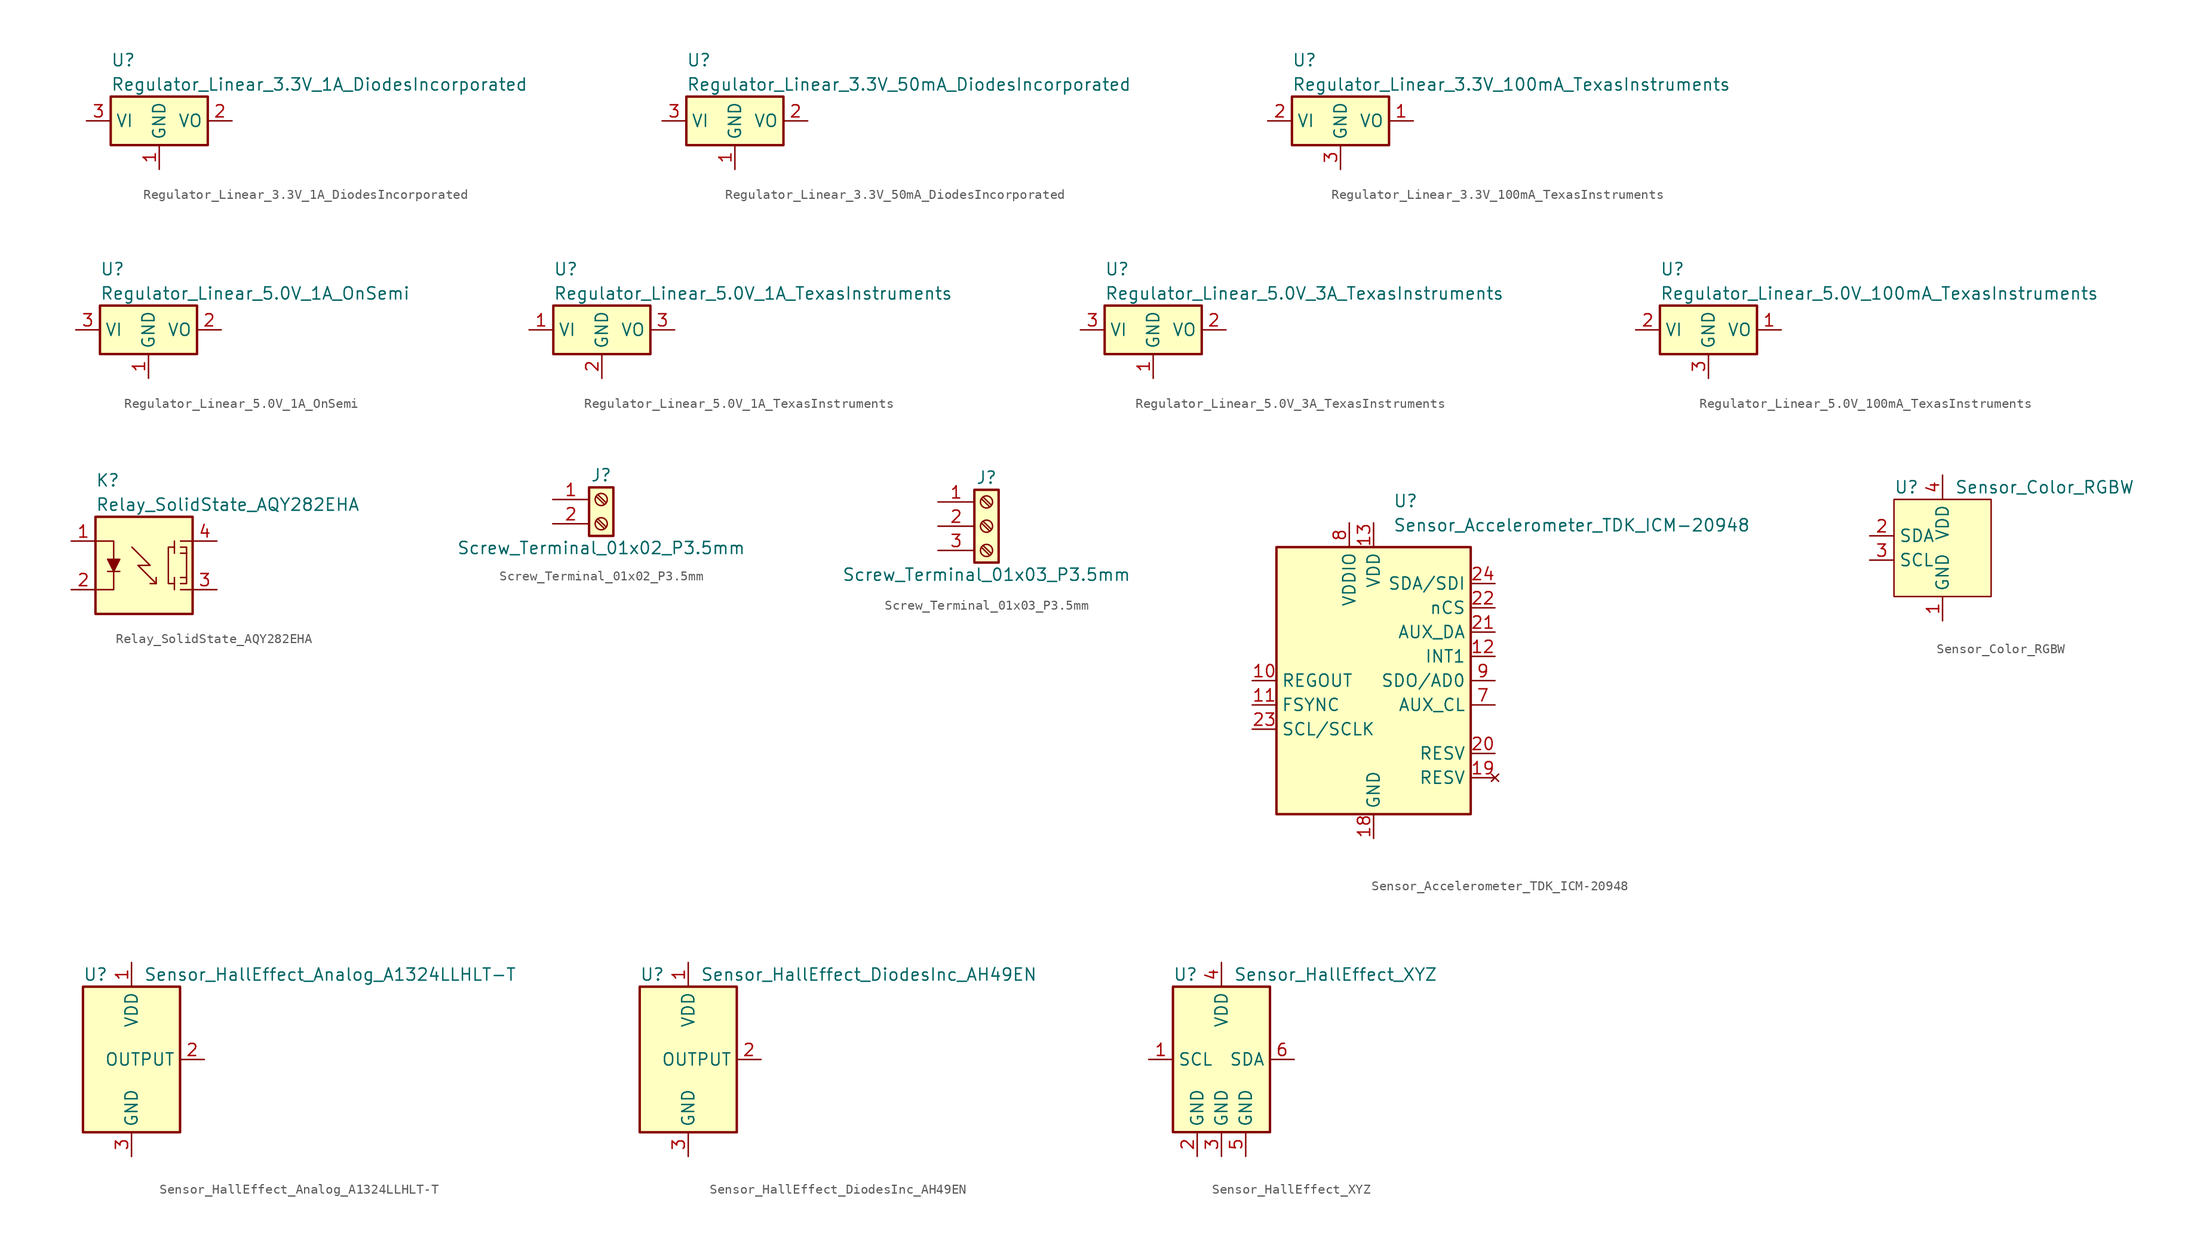
<source format=kicad_sym>
(kicad_symbol_lib
  (version 20231120)
  (generator "kicad_symbol_editor")
  (generator_version "8.0")
  (symbol "Regulator_Linear_3.3V_1A_DiodesIncorporated"
    (property "Reference" "U"
      (at -5.08 6.35 0)
      (effects (font (size 1.27 1.27)) (justify left)))
    (property "Value" "Regulator_Linear_3.3V_1A_DiodesIncorporated"
      (at -5.08 3.81 0)
      (effects (font (size 1.27 1.27)) (justify left)))
    (symbol "Regulator_Linear_3.3V_1A_DiodesIncorporated_0_1"
      (rectangle (start -5.08 2.54) (end 5.08 -2.54) (stroke (width 0.254) (type default)) (fill (type background))))
    (symbol "Regulator_Linear_3.3V_1A_DiodesIncorporated_1_1"
      (pin power_in line (at 0 -5.08 90) (length 2.54) (name "GND" (effects (font (size 1.27 1.27)))) (number "1" (effects (font (size 1.27 1.27)))))
      (pin power_out line (at 7.62 0 180) (length 2.54) (name "VO" (effects (font (size 1.27 1.27)))) (number "2" (effects (font (size 1.27 1.27)))))
      (pin power_in line (at -7.62 0 0) (length 2.54) (name "VI" (effects (font (size 1.27 1.27)))) (number "3" (effects (font (size 1.27 1.27)))))))
  (symbol "Regulator_Linear_3.3V_50mA_DiodesIncorporated"
    (property "Reference" "U"
      (at -5.08 6.35 0)
      (effects (font (size 1.27 1.27)) (justify left)))
    (property "Value" "Regulator_Linear_3.3V_50mA_DiodesIncorporated"
      (at -5.08 3.81 0)
      (effects (font (size 1.27 1.27)) (justify left)))
    (symbol "Regulator_Linear_3.3V_50mA_DiodesIncorporated_0_1"
      (rectangle (start -5.08 2.54) (end 5.08 -2.54) (stroke (width 0.254) (type default)) (fill (type background))))
    (symbol "Regulator_Linear_3.3V_50mA_DiodesIncorporated_1_1"
      (pin power_in line (at 0 -5.08 90) (length 2.54) (name "GND" (effects (font (size 1.27 1.27)))) (number "1" (effects (font (size 1.27 1.27)))))
      (pin power_out line (at 7.62 0 180) (length 2.54) (name "VO" (effects (font (size 1.27 1.27)))) (number "2" (effects (font (size 1.27 1.27)))))
      (pin power_in line (at -7.62 0 0) (length 2.54) (name "VI" (effects (font (size 1.27 1.27)))) (number "3" (effects (font (size 1.27 1.27)))))))
  (symbol "Regulator_Linear_3.3V_100mA_TexasInstruments"
    (property "Reference" "U"
      (at -5.08 6.35 0)
      (effects (font (size 1.27 1.27)) (justify left)))
    (property "Value" "Regulator_Linear_3.3V_100mA_TexasInstruments"
      (at -5.08 3.81 0)
      (effects (font (size 1.27 1.27)) (justify left)))
    (symbol "Regulator_Linear_3.3V_100mA_TexasInstruments_0_1"
      (rectangle (start -5.08 2.54) (end 5.08 -2.54) (stroke (width 0.254) (type default)) (fill (type background))))
    (symbol "Regulator_Linear_3.3V_100mA_TexasInstruments_1_1"
      (pin power_out line (at 7.62 0 180) (length 2.54) (name "VO" (effects (font (size 1.27 1.27)))) (number "1" (effects (font (size 1.27 1.27)))))
      (pin power_in line (at -7.62 0 0) (length 2.54) (name "VI" (effects (font (size 1.27 1.27)))) (number "2" (effects (font (size 1.27 1.27)))))
      (pin power_in line (at 0 -5.08 90) (length 2.54) (name "GND" (effects (font (size 1.27 1.27)))) (number "3" (effects (font (size 1.27 1.27)))))))
  (symbol "Regulator_Linear_5.0V_1A_OnSemi"
    (property "Reference" "U"
      (at -5.08 6.35 0)
      (effects (font (size 1.27 1.27)) (justify left)))
    (property "Value" "Regulator_Linear_5.0V_1A_OnSemi"
      (at -5.08 3.81 0)
      (effects (font (size 1.27 1.27)) (justify left)))
    (symbol "Regulator_Linear_5.0V_1A_OnSemi_0_1"
      (rectangle (start -5.08 2.54) (end 5.08 -2.54) (stroke (width 0.254) (type default)) (fill (type background))))
    (symbol "Regulator_Linear_5.0V_1A_OnSemi_1_1"
      (pin power_in line (at 0 -5.08 90) (length 2.54) (name "GND" (effects (font (size 1.27 1.27)))) (number "1" (effects (font (size 1.27 1.27)))))
      (pin power_out line (at 7.62 0 180) (length 2.54) (name "VO" (effects (font (size 1.27 1.27)))) (number "2" (effects (font (size 1.27 1.27)))))
      (pin power_in line (at -7.62 0 0) (length 2.54) (name "VI" (effects (font (size 1.27 1.27)))) (number "3" (effects (font (size 1.27 1.27)))))))
  (symbol "Regulator_Linear_5.0V_1A_TexasInstruments"
    (property "Reference" "U"
      (at -5.08 6.35 0)
      (effects (font (size 1.27 1.27)) (justify left)))
    (property "Value" "Regulator_Linear_5.0V_1A_TexasInstruments"
      (at -5.08 3.81 0)
      (effects (font (size 1.27 1.27)) (justify left)))
    (symbol "Regulator_Linear_5.0V_1A_TexasInstruments_0_1"
      (rectangle (start -5.08 2.54) (end 5.08 -2.54) (stroke (width 0.254) (type default)) (fill (type background))))
    (symbol "Regulator_Linear_5.0V_1A_TexasInstruments_1_1"
      (pin power_in line (at -7.62 0 0) (length 2.54) (name "VI" (effects (font (size 1.27 1.27)))) (number "1" (effects (font (size 1.27 1.27)))))
      (pin power_in line (at 0 -5.08 90) (length 2.54) (name "GND" (effects (font (size 1.27 1.27)))) (number "2" (effects (font (size 1.27 1.27)))))
      (pin power_out line (at 7.62 0 180) (length 2.54) (name "VO" (effects (font (size 1.27 1.27)))) (number "3" (effects (font (size 1.27 1.27)))))))
  (symbol "Regulator_Linear_5.0V_3A_TexasInstruments"
    (property "Reference" "U"
      (at -5.08 6.35 0)
      (effects (font (size 1.27 1.27)) (justify left)))
    (property "Value" "Regulator_Linear_5.0V_3A_TexasInstruments"
      (at -5.08 3.81 0)
      (effects (font (size 1.27 1.27)) (justify left)))
    (symbol "Regulator_Linear_5.0V_3A_TexasInstruments_0_1"
      (rectangle (start -5.08 2.54) (end 5.08 -2.54) (stroke (width 0.254) (type default)) (fill (type background))))
    (symbol "Regulator_Linear_5.0V_3A_TexasInstruments_1_1"
      (pin power_in line (at 0 -5.08 90) (length 2.54) (name "GND" (effects (font (size 1.27 1.27)))) (number "1" (effects (font (size 1.27 1.27)))))
      (pin power_out line (at 7.62 0 180) (length 2.54) (name "VO" (effects (font (size 1.27 1.27)))) (number "2" (effects (font (size 1.27 1.27)))))
      (pin power_in line (at -7.62 0 0) (length 2.54) (name "VI" (effects (font (size 1.27 1.27)))) (number "3" (effects (font (size 1.27 1.27)))))))
  (symbol "Regulator_Linear_5.0V_100mA_TexasInstruments"
    (property "Reference" "U"
      (at -5.08 6.35 0)
      (effects (font (size 1.27 1.27)) (justify left)))
    (property "Value" "Regulator_Linear_5.0V_100mA_TexasInstruments"
      (at -5.08 3.81 0)
      (effects (font (size 1.27 1.27)) (justify left)))
    (symbol "Regulator_Linear_5.0V_100mA_TexasInstruments_0_1"
      (rectangle (start -5.08 2.54) (end 5.08 -2.54) (stroke (width 0.254) (type default)) (fill (type background))))
    (symbol "Regulator_Linear_5.0V_100mA_TexasInstruments_1_1"
      (pin power_out line (at 7.62 0 180) (length 2.54) (name "VO" (effects (font (size 1.27 1.27)))) (number "1" (effects (font (size 1.27 1.27)))))
      (pin power_in line (at -7.62 0 0) (length 2.54) (name "VI" (effects (font (size 1.27 1.27)))) (number "2" (effects (font (size 1.27 1.27)))))
      (pin power_in line (at 0 -5.08 90) (length 2.54) (name "GND" (effects (font (size 1.27 1.27)))) (number "3" (effects (font (size 1.27 1.27)))))))
  (symbol "Relay_SolidState_AQY282EHA"
    (property "Reference" "K"
      (at -5.08 8.89 0)
      (effects (font (size 1.27 1.27)) (justify left)))
    (property "Value" "Relay_SolidState_AQY282EHA"
      (at -5.08 6.35 0)
      (effects (font (size 1.27 1.27)) (justify left)))
    (symbol "Relay_SolidState_AQY282EHA_0_1"
      (rectangle (start -5.08 5.08) (end 5.08 -5.08) (stroke (width 0.254) (type default)) (fill (type background)))
      (polyline (pts (xy -3.81 -0.635) (xy -2.54 -0.635)) (stroke (width 0) (type default)) (fill (type none)))
      (polyline (pts (xy 3.175 -2.54) (xy 3.175 -1.27)) (stroke (width 0) (type default)) (fill (type none)))
      (polyline (pts (xy 3.175 2.54) (xy 3.175 1.27)) (stroke (width 0) (type default)) (fill (type none)))
      (polyline (pts (xy 4.445 -1.27) (xy 3.81 -1.27)) (stroke (width 0) (type default)) (fill (type none)))
      (polyline (pts (xy 4.445 1.27) (xy 3.81 1.27)) (stroke (width 0) (type default)) (fill (type none)))
      (polyline (pts (xy 5.08 -2.54) (xy 3.81 -2.54)) (stroke (width 0) (type default)) (fill (type none)))
      (polyline (pts (xy 5.08 2.54) (xy 3.81 2.54)) (stroke (width 0) (type default)) (fill (type none)))
      (polyline (pts (xy -5.08 2.54) (xy -3.175 2.54) (xy -3.175 0.635)) (stroke (width 0) (type default)) (fill (type none)))
      (polyline (pts (xy -3.175 -0.635) (xy -3.175 -2.54) (xy -5.08 -2.54)) (stroke (width 0) (type default)) (fill (type none)))
      (polyline (pts (xy 1.27 -1.27) (xy 1.27 -1.905) (xy 0.635 -1.905)) (stroke (width 0) (type default)) (fill (type none)))
      (polyline (pts (xy -3.175 -0.635) (xy -3.81 0.635) (xy -2.54 0.635) (xy -3.175 -0.635)) (stroke (width 0) (type default)) (fill (type outline)))
      (polyline (pts (xy -1.27 1.905) (xy 0.635 0) (xy -0.635 0) (xy 1.27 -1.905)) (stroke (width 0) (type default)) (fill (type none)))
      (polyline (pts (xy 3.175 1.905) (xy 2.54 1.905) (xy 2.54 -1.905) (xy 3.175 -1.905)) (stroke (width 0) (type default)) (fill (type none)))
      (polyline (pts (xy 3.81 -1.905) (xy 4.445 -1.905) (xy 4.445 1.905) (xy 3.81 1.905)) (stroke (width 0) (type default)) (fill (type none))))
    (symbol "Relay_SolidState_AQY282EHA_1_1"
      (pin input line (at -7.62 2.54 0) (length 2.54) (name "" (effects (font (size 1.27 1.27)))) (number "1" (effects (font (size 1.27 1.27)))))
      (pin passive line (at -7.62 -2.54 0) (length 2.54) (name "" (effects (font (size 1.27 1.27)))) (number "2" (effects (font (size 1.27 1.27)))))
      (pin passive line (at 7.62 -2.54 180) (length 2.54) (name "" (effects (font (size 1.27 1.27)))) (number "3" (effects (font (size 1.27 1.27)))))
      (pin passive line (at 7.62 2.54 180) (length 2.54) (name "" (effects (font (size 1.27 1.27)))) (number "4" (effects (font (size 1.27 1.27)))))))
  (symbol "Screw_Terminal_01x02_P3.5mm"
    (pin_names
      (offset 1.016) hide)
    (property "Reference" "J"
      (at 0 3.81 0)
      (effects (font (size 1.27 1.27))))
    (property "Value" "Screw_Terminal_01x02_P3.5mm"
      (at 0 -3.81 0)
      (effects (font (size 1.27 1.27))))
    (symbol "Screw_Terminal_01x02_P3.5mm_1_1"
      (rectangle (start -1.27 2.54) (end 1.27 -2.54) (stroke (width 0.254) (type default)) (fill (type background)))
      (circle (center 0 -1.27) (radius 0.635) (stroke (width 0.152) (type default)) (fill (type none)))
      (polyline (pts (xy -0.533 -0.94) (xy 0.33 -1.778)) (stroke (width 0.152) (type default)) (fill (type none)))
      (polyline (pts (xy -0.533 1.6) (xy 0.33 0.762)) (stroke (width 0.152) (type default)) (fill (type none)))
      (polyline (pts (xy -0.356 -0.762) (xy 0.508 -1.6)) (stroke (width 0.152) (type default)) (fill (type none)))
      (polyline (pts (xy -0.356 1.778) (xy 0.508 0.94)) (stroke (width 0.152) (type default)) (fill (type none)))
      (circle (center 0 1.27) (radius 0.635) (stroke (width 0.152) (type default)) (fill (type none)))
      (pin passive line (at -5.08 1.27 0) (length 3.81) (name "Pin_1" (effects (font (size 1.27 1.27)))) (number "1" (effects (font (size 1.27 1.27)))))
      (pin passive line (at -5.08 -1.27 0) (length 3.81) (name "Pin_2" (effects (font (size 1.27 1.27)))) (number "2" (effects (font (size 1.27 1.27)))))))
  (symbol "Screw_Terminal_01x03_P3.5mm"
    (pin_names
      (offset 1.016) hide)
    (property "Reference" "J"
      (at 0 5.08 0)
      (effects (font (size 1.27 1.27))))
    (property "Value" "Screw_Terminal_01x03_P3.5mm"
      (at 0 -5.08 0)
      (effects (font (size 1.27 1.27))))
    (symbol "Screw_Terminal_01x03_P3.5mm_1_1"
      (rectangle (start -1.27 3.81) (end 1.27 -3.81) (stroke (width 0.254) (type default)) (fill (type background)))
      (circle (center 0 -2.54) (radius 0.635) (stroke (width 0.152) (type default)) (fill (type none)))
      (polyline (pts (xy -0.533 -2.21) (xy 0.33 -3.048)) (stroke (width 0.152) (type default)) (fill (type none)))
      (polyline (pts (xy -0.533 0.33) (xy 0.33 -0.508)) (stroke (width 0.152) (type default)) (fill (type none)))
      (polyline (pts (xy -0.533 2.87) (xy 0.33 2.032)) (stroke (width 0.152) (type default)) (fill (type none)))
      (polyline (pts (xy -0.356 -2.032) (xy 0.508 -2.87)) (stroke (width 0.152) (type default)) (fill (type none)))
      (polyline (pts (xy -0.356 0.508) (xy 0.508 -0.33)) (stroke (width 0.152) (type default)) (fill (type none)))
      (polyline (pts (xy -0.356 3.048) (xy 0.508 2.21)) (stroke (width 0.152) (type default)) (fill (type none)))
      (circle (center 0 0) (radius 0.635) (stroke (width 0.152) (type default)) (fill (type none)))
      (circle (center 0 2.54) (radius 0.635) (stroke (width 0.152) (type default)) (fill (type none)))
      (pin passive line (at -5.08 2.54 0) (length 3.81) (name "Pin_1" (effects (font (size 1.27 1.27)))) (number "1" (effects (font (size 1.27 1.27)))))
      (pin passive line (at -5.08 0 0) (length 3.81) (name "Pin_2" (effects (font (size 1.27 1.27)))) (number "2" (effects (font (size 1.27 1.27)))))
      (pin passive line (at -5.08 -2.54 0) (length 3.81) (name "Pin_3" (effects (font (size 1.27 1.27)))) (number "3" (effects (font (size 1.27 1.27)))))))
  (symbol "Sensor_Accelerometer_TDK_ICM-20948"
    (property "Reference" "U"
      (at 2.032 18.796 0)
      (effects (font (size 1.27 1.27)) (justify left)))
    (property "Value" "Sensor_Accelerometer_TDK_ICM-20948"
      (at 2.032 16.256 0)
      (effects (font (size 1.27 1.27)) (justify left)))
    (symbol "Sensor_Accelerometer_TDK_ICM-20948_0_1"
      (rectangle (start -10.16 13.97) (end 10.16 -13.97) (stroke (width 0.254) (type default)) (fill (type background))))
    (symbol "Sensor_Accelerometer_TDK_ICM-20948_1_1"
      (pin no_connect line (at -12.7 2.54 0) (length 2.54) hide (name "" (effects (font (size 1.27 1.27)))) (number "1" (effects (font (size 1.27 1.27)))))
      (pin input line (at -12.7 0 0) (length 2.54) (name "REGOUT" (effects (font (size 1.27 1.27)))) (number "10" (effects (font (size 1.27 1.27)))))
      (pin input line (at -12.7 -2.54 0) (length 2.54) (name "FSYNC" (effects (font (size 1.27 1.27)))) (number "11" (effects (font (size 1.27 1.27)))))
      (pin output line (at 12.7 2.54 180) (length 2.54) (name "INT1" (effects (font (size 1.27 1.27)))) (number "12" (effects (font (size 1.27 1.27)))))
      (pin power_in line (at 0 16.51 270) (length 2.54) (name "VDD" (effects (font (size 1.27 1.27)))) (number "13" (effects (font (size 1.27 1.27)))))
      (pin no_connect line (at 12.7 -12.7 180) (length 2.54) hide (name "" (effects (font (size 1.27 1.27)))) (number "14" (effects (font (size 1.27 1.27)))))
      (pin no_connect line (at 12.7 -12.7 180) (length 2.54) hide (name "" (effects (font (size 1.27 1.27)))) (number "15" (effects (font (size 1.27 1.27)))))
      (pin no_connect line (at 12.7 -12.7 180) (length 2.54) hide (name "" (effects (font (size 1.27 1.27)))) (number "16" (effects (font (size 1.27 1.27)))))
      (pin no_connect line (at 12.7 -12.7 180) (length 2.54) hide (name "" (effects (font (size 1.27 1.27)))) (number "17" (effects (font (size 1.27 1.27)))))
      (pin power_in line (at 0 -16.51 90) (length 2.54) (name "GND" (effects (font (size 1.27 1.27)))) (number "18" (effects (font (size 1.27 1.27)))))
      (pin no_connect line (at 12.7 -10.16 180) (length 2.54) (name "RESV" (effects (font (size 1.27 1.27)))) (number "19" (effects (font (size 1.27 1.27)))))
      (pin no_connect line (at -12.7 2.54 0) (length 2.54) hide (name "" (effects (font (size 1.27 1.27)))) (number "2" (effects (font (size 1.27 1.27)))))
      (pin unspecified line (at 12.7 -7.62 180) (length 2.54) (name "RESV" (effects (font (size 1.27 1.27)))) (number "20" (effects (font (size 1.27 1.27)))))
      (pin bidirectional line (at 12.7 5.08 180) (length 2.54) (name "AUX_DA" (effects (font (size 1.27 1.27)))) (number "21" (effects (font (size 1.27 1.27)))))
      (pin bidirectional line (at 12.7 7.62 180) (length 2.54) (name "nCS" (effects (font (size 1.27 1.27)))) (number "22" (effects (font (size 1.27 1.27)))))
      (pin input line (at -12.7 -5.08 0) (length 2.54) (name "SCL/SCLK" (effects (font (size 1.27 1.27)))) (number "23" (effects (font (size 1.27 1.27)))))
      (pin bidirectional line (at 12.7 10.16 180) (length 2.54) (name "SDA/SDI" (effects (font (size 1.27 1.27)))) (number "24" (effects (font (size 1.27 1.27)))))
      (pin no_connect line (at -12.7 2.54 0) (length 2.54) hide (name "" (effects (font (size 1.27 1.27)))) (number "3" (effects (font (size 1.27 1.27)))))
      (pin no_connect line (at -12.7 2.54 0) (length 2.54) hide (name "" (effects (font (size 1.27 1.27)))) (number "4" (effects (font (size 1.27 1.27)))))
      (pin no_connect line (at -12.7 2.54 0) (length 2.54) hide (name "" (effects (font (size 1.27 1.27)))) (number "5" (effects (font (size 1.27 1.27)))))
      (pin no_connect line (at -12.7 2.54 0) (length 2.54) hide (name "" (effects (font (size 1.27 1.27)))) (number "6" (effects (font (size 1.27 1.27)))))
      (pin output line (at 12.7 -2.54 180) (length 2.54) (name "AUX_CL" (effects (font (size 1.27 1.27)))) (number "7" (effects (font (size 1.27 1.27)))))
      (pin power_in line (at -2.54 16.51 270) (length 2.54) (name "VDDIO" (effects (font (size 1.27 1.27)))) (number "8" (effects (font (size 1.27 1.27)))))
      (pin bidirectional line (at 12.7 0 180) (length 2.54) (name "SDO/AD0" (effects (font (size 1.27 1.27)))) (number "9" (effects (font (size 1.27 1.27)))))))
  (symbol "Sensor_Color_RGBW"
    (property "Reference" "U"
      (at -5.08 6.35 0)
      (effects (font (size 1.27 1.27)) (justify left)))
    (property "Value" "Sensor_Color_RGBW"
      (at 1.27 6.35 0)
      (effects (font (size 1.27 1.27)) (justify left)))
    (symbol "Sensor_Color_RGBW_1_1"
      (rectangle (start -5.08 5.08) (end 5.08 -5.08) (stroke (width 0) (type default)) (fill (type background)))
      (pin power_in line (at 0 -7.62 90) (length 2.54) (name "GND" (effects (font (size 1.27 1.27)))) (number "1" (effects (font (size 1.27 1.27)))))
      (pin bidirectional line (at -7.62 1.27 0) (length 2.54) (name "SDA" (effects (font (size 1.27 1.27)))) (number "2" (effects (font (size 1.27 1.27)))))
      (pin input line (at -7.62 -1.27 0) (length 2.54) (name "SCL" (effects (font (size 1.27 1.27)))) (number "3" (effects (font (size 1.27 1.27)))))
      (pin power_in line (at 0 7.62 270) (length 2.54) (name "VDD" (effects (font (size 1.27 1.27)))) (number "4" (effects (font (size 1.27 1.27)))))))
  (symbol "Sensor_HallEffect_Analog_A1324LLHLT-T"
    (property "Reference" "U"
      (at -5.08 8.89 0)
      (effects (font (size 1.27 1.27)) (justify left)))
    (property "Value" "Sensor_HallEffect_Analog_A1324LLHLT-T"
      (at 1.27 8.89 0)
      (effects (font (size 1.27 1.27)) (justify left)))
    (symbol "Sensor_HallEffect_Analog_A1324LLHLT-T_0_1"
      (rectangle (start 5.08 7.62) (end -5.08 -7.62) (stroke (width 0.254) (type default)) (fill (type background))))
    (symbol "Sensor_HallEffect_Analog_A1324LLHLT-T_1_1"
      (pin power_in line (at 0 10.16 270) (length 2.54) (name "VDD" (effects (font (size 1.27 1.27)))) (number "1" (effects (font (size 1.27 1.27)))))
      (pin open_collector line (at 7.62 0 180) (length 2.54) (name "OUTPUT" (effects (font (size 1.27 1.27)))) (number "2" (effects (font (size 1.27 1.27)))))
      (pin power_in line (at 0 -10.16 90) (length 2.54) (name "GND" (effects (font (size 1.27 1.27)))) (number "3" (effects (font (size 1.27 1.27)))))))
  (symbol "Sensor_HallEffect_DiodesInc_AH49EN"
    (property "Reference" "U"
      (at -5.08 8.89 0)
      (effects (font (size 1.27 1.27)) (justify left)))
    (property "Value" "Sensor_HallEffect_DiodesInc_AH49EN"
      (at 1.27 8.89 0)
      (effects (font (size 1.27 1.27)) (justify left)))
    (symbol "Sensor_HallEffect_DiodesInc_AH49EN_0_1"
      (rectangle (start 5.08 7.62) (end -5.08 -7.62) (stroke (width 0.254) (type default)) (fill (type background))))
    (symbol "Sensor_HallEffect_DiodesInc_AH49EN_1_1"
      (pin power_in line (at 0 10.16 270) (length 2.54) (name "VDD" (effects (font (size 1.27 1.27)))) (number "1" (effects (font (size 1.27 1.27)))))
      (pin open_collector line (at 7.62 0 180) (length 2.54) (name "OUTPUT" (effects (font (size 1.27 1.27)))) (number "2" (effects (font (size 1.27 1.27)))))
      (pin power_in line (at 0 -10.16 90) (length 2.54) (name "GND" (effects (font (size 1.27 1.27)))) (number "3" (effects (font (size 1.27 1.27)))))))
  (symbol "Sensor_HallEffect_XYZ"
    (property "Reference" "U"
      (at -5.08 8.89 0)
      (effects (font (size 1.27 1.27)) (justify left)))
    (property "Value" "Sensor_HallEffect_XYZ"
      (at 1.27 8.89 0)
      (effects (font (size 1.27 1.27)) (justify left)))
    (symbol "Sensor_HallEffect_XYZ_0_1"
      (rectangle (start 5.08 7.62) (end -5.08 -7.62) (stroke (width 0.254) (type default)) (fill (type background))))
    (symbol "Sensor_HallEffect_XYZ_1_1"
      (pin input line (at -7.62 0 0) (length 2.54) (name "SCL" (effects (font (size 1.27 1.27)))) (number "1" (effects (font (size 1.27 1.27)))))
      (pin power_in line (at -2.54 -10.16 90) (length 2.54) (name "GND" (effects (font (size 1.27 1.27)))) (number "2" (effects (font (size 1.27 1.27)))))
      (pin power_in line (at 0 -10.16 90) (length 2.54) (name "GND" (effects (font (size 1.27 1.27)))) (number "3" (effects (font (size 1.27 1.27)))))
      (pin power_in line (at 0 10.16 270) (length 2.54) (name "VDD" (effects (font (size 1.27 1.27)))) (number "4" (effects (font (size 1.27 1.27)))))
      (pin power_in line (at 2.54 -10.16 90) (length 2.54) (name "GND" (effects (font (size 1.27 1.27)))) (number "5" (effects (font (size 1.27 1.27)))))
      (pin bidirectional line (at 7.62 0 180) (length 2.54) (name "SDA" (effects (font (size 1.27 1.27)))) (number "6" (effects (font (size 1.27 1.27))))))))
</source>
